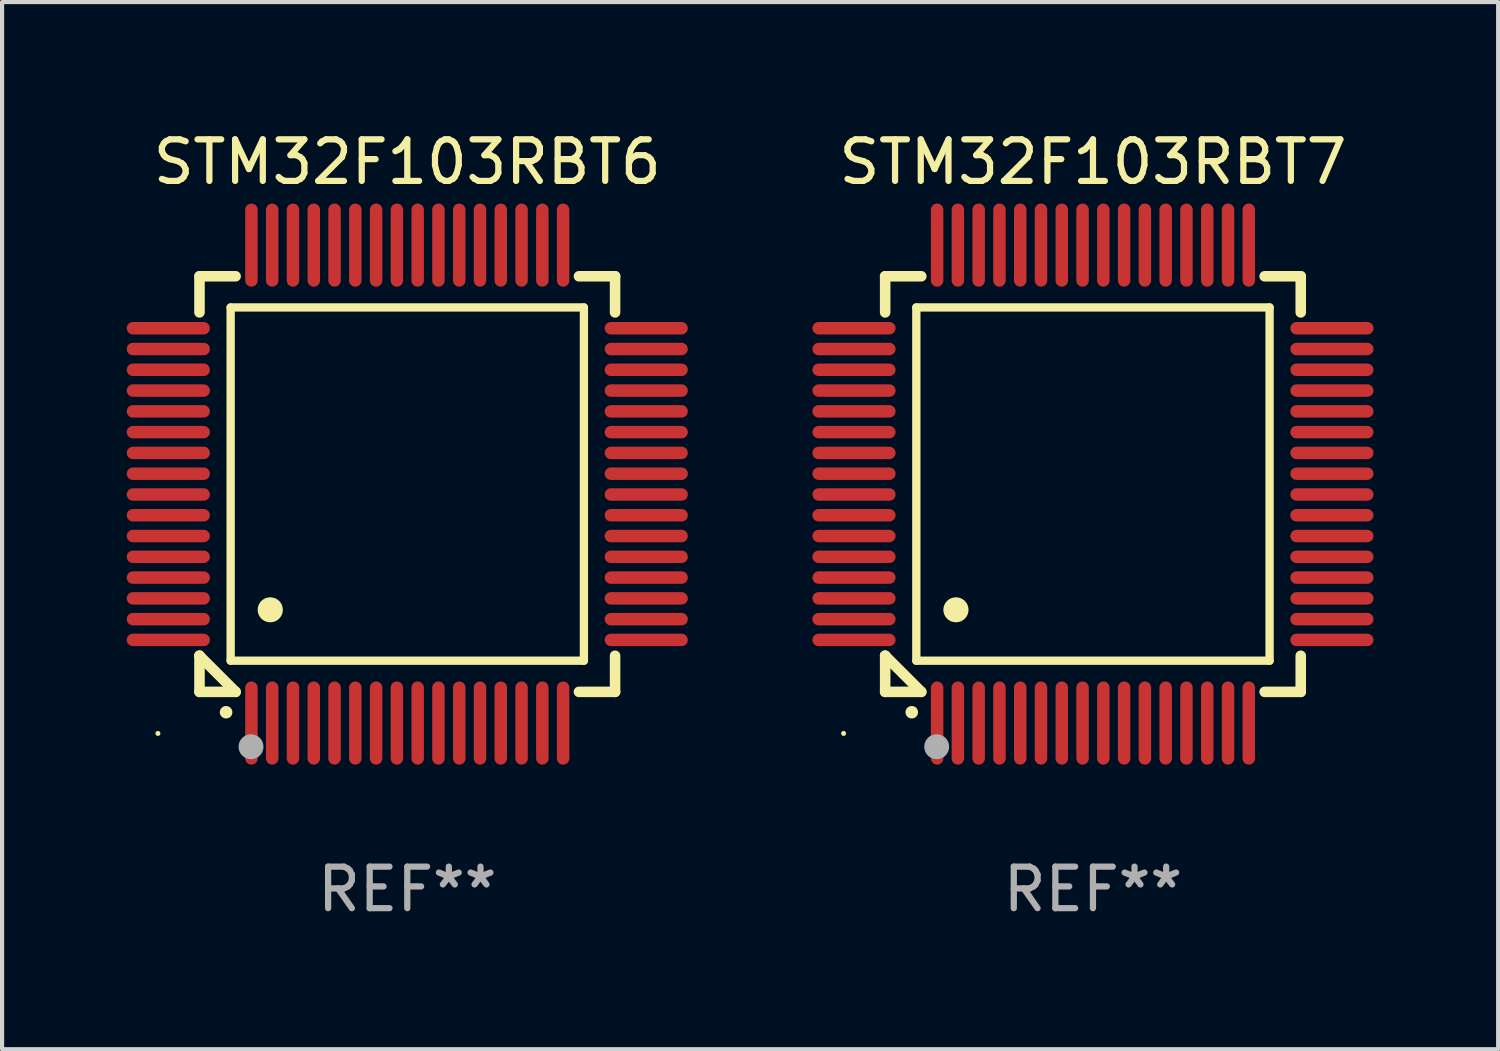
<source format=kicad_pcb>
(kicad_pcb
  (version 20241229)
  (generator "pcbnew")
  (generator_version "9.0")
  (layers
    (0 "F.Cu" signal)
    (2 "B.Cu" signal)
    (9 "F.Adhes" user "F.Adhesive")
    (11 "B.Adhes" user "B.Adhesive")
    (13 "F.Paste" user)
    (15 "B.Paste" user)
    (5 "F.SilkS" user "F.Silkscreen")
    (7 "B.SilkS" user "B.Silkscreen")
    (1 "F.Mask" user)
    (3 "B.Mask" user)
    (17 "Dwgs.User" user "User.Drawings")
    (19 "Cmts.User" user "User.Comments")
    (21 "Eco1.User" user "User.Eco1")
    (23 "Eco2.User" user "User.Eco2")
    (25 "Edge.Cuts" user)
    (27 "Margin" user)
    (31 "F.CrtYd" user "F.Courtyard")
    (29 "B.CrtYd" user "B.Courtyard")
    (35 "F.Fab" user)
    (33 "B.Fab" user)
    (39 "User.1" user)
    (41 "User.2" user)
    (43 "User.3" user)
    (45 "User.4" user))
  (footprint "STM32F103RBT6"
    (layer "F.Cu")
    (at 6.75 8.598)
    (property "Reference" "STM32F103RBT6" (at 0 -7.75 0) (layer "F.SilkS") (effects (font (size 1 1) (thickness 0.15))))
    (attr through_hole)
    (fp_line (start -5 -5) (end -4.131 -5) (stroke (width 0.254) (type solid)) (layer "F.SilkS"))
    (fp_line (start -5 -4.131) (end -5 -5) (stroke (width 0.254) (type solid)) (layer "F.SilkS"))
    (fp_line (start -5 4.131) (end -5 4.131) (stroke (width 0.254) (type solid)) (layer "F.SilkS"))
    (fp_line (start -5 5) (end -5 4.131) (stroke (width 0.254) (type solid)) (layer "F.SilkS"))
    (fp_line (start -5 4.131) (end -4.131 5) (stroke (width 0.254) (type solid)) (layer "F.SilkS"))
    (fp_line (start -4.25 -4.25) (end -4.25 4.25) (stroke (width 0.2) (type solid)) (layer "F.SilkS"))
    (fp_line (start -4.25 4.25) (end 4.25 4.25) (stroke (width 0.2) (type solid)) (layer "F.SilkS"))
    (fp_line (start -4.131 5) (end -5 5) (stroke (width 0.254) (type solid)) (layer "F.SilkS"))
    (fp_line (start 4.25 -4.25) (end -4.25 -4.25) (stroke (width 0.2) (type solid)) (layer "F.SilkS"))
    (fp_line (start 4.25 4.25) (end 4.25 -4.25) (stroke (width 0.2) (type solid)) (layer "F.SilkS"))
    (fp_line (start 5 -5) (end 4.131 -5) (stroke (width 0.254) (type solid)) (layer "F.SilkS"))
    (fp_line (start 5 -5) (end 5 -4.131) (stroke (width 0.254) (type solid)) (layer "F.SilkS"))
    (fp_line (start 5 4.131) (end 5 5) (stroke (width 0.254) (type solid)) (layer "F.SilkS"))
    (fp_line (start 5 5) (end 4.131 5) (stroke (width 0.254) (type solid)) (layer "F.SilkS"))
    (fp_arc (start -4.361265 5.489992) (mid -4.359995 5.489987) (end -4.358725 5.489992) (stroke (width 0.3) (type solid)) (layer "F.SilkS"))
    (fp_arc (start -3.299467 3.025146) (mid -3.296927 3.025135) (end -3.294387 3.025146) (stroke (width 0.6) (type solid)) (layer "F.SilkS"))
    (fp_circle (center -6 6) (end -5.97 6) (stroke (width 0.06) (type solid)) (fill no) (layer "F.SilkS"))
    (fp_circle (center -3.76 6.32) (end -3.61 6.32) (stroke (width 0.3) (type solid)) (fill no) (layer "F.Fab"))
    (fp_text user "REF**" (at 0 9.75 0) (layer "F.Fab") (effects (font (size 1 1) (thickness 0.15))))
    (pad "1" smd oval (at -3.75 5.75) (size 0.3 2) (layers "F.Cu" "F.Mask" "F.Paste"))
    (pad "2" smd oval (at -3.25 5.75) (size 0.3 2) (layers "F.Cu" "F.Mask" "F.Paste"))
    (pad "3" smd oval (at -2.75 5.75) (size 0.3 2) (layers "F.Cu" "F.Mask" "F.Paste"))
    (pad "4" smd oval (at -2.25 5.75) (size 0.3 2) (layers "F.Cu" "F.Mask" "F.Paste"))
    (pad "5" smd oval (at -1.75 5.75) (size 0.3 2) (layers "F.Cu" "F.Mask" "F.Paste"))
    (pad "6" smd oval (at -1.25 5.75) (size 0.3 2) (layers "F.Cu" "F.Mask" "F.Paste"))
    (pad "7" smd oval (at -0.75 5.75) (size 0.3 2) (layers "F.Cu" "F.Mask" "F.Paste"))
    (pad "8" smd oval (at -0.25 5.75) (size 0.3 2) (layers "F.Cu" "F.Mask" "F.Paste"))
    (pad "9" smd oval (at 0.25 5.75) (size 0.3 2) (layers "F.Cu" "F.Mask" "F.Paste"))
    (pad "10" smd oval (at 0.75 5.75) (size 0.3 2) (layers "F.Cu" "F.Mask" "F.Paste"))
    (pad "11" smd oval (at 1.25 5.75) (size 0.3 2) (layers "F.Cu" "F.Mask" "F.Paste"))
    (pad "12" smd oval (at 1.75 5.75) (size 0.3 2) (layers "F.Cu" "F.Mask" "F.Paste"))
    (pad "13" smd oval (at 2.25 5.75) (size 0.3 2) (layers "F.Cu" "F.Mask" "F.Paste"))
    (pad "14" smd oval (at 2.75 5.75) (size 0.3 2) (layers "F.Cu" "F.Mask" "F.Paste"))
    (pad "15" smd oval (at 3.25 5.75) (size 0.3 2) (layers "F.Cu" "F.Mask" "F.Paste"))
    (pad "16" smd oval (at 3.75 5.75) (size 0.3 2) (layers "F.Cu" "F.Mask" "F.Paste"))
    (pad "17" smd oval (at 5.75 3.75) (size 2 0.3) (layers "F.Cu" "F.Mask" "F.Paste"))
    (pad "18" smd oval (at 5.75 3.25) (size 2 0.3) (layers "F.Cu" "F.Mask" "F.Paste"))
    (pad "19" smd oval (at 5.75 2.75) (size 2 0.3) (layers "F.Cu" "F.Mask" "F.Paste"))
    (pad "20" smd oval (at 5.75 2.25) (size 2 0.3) (layers "F.Cu" "F.Mask" "F.Paste"))
    (pad "21" smd oval (at 5.75 1.75) (size 2 0.3) (layers "F.Cu" "F.Mask" "F.Paste"))
    (pad "22" smd oval (at 5.75 1.25) (size 2 0.3) (layers "F.Cu" "F.Mask" "F.Paste"))
    (pad "23" smd oval (at 5.75 0.75) (size 2 0.3) (layers "F.Cu" "F.Mask" "F.Paste"))
    (pad "24" smd oval (at 5.75 0.25) (size 2 0.3) (layers "F.Cu" "F.Mask" "F.Paste"))
    (pad "25" smd oval (at 5.75 -0.25) (size 2 0.3) (layers "F.Cu" "F.Mask" "F.Paste"))
    (pad "26" smd oval (at 5.75 -0.75) (size 2 0.3) (layers "F.Cu" "F.Mask" "F.Paste"))
    (pad "27" smd oval (at 5.75 -1.25) (size 2 0.3) (layers "F.Cu" "F.Mask" "F.Paste"))
    (pad "28" smd oval (at 5.75 -1.75) (size 2 0.3) (layers "F.Cu" "F.Mask" "F.Paste"))
    (pad "29" smd oval (at 5.75 -2.25) (size 2 0.3) (layers "F.Cu" "F.Mask" "F.Paste"))
    (pad "30" smd oval (at 5.75 -2.75) (size 2 0.3) (layers "F.Cu" "F.Mask" "F.Paste"))
    (pad "31" smd oval (at 5.75 -3.25) (size 2 0.3) (layers "F.Cu" "F.Mask" "F.Paste"))
    (pad "32" smd oval (at 5.75 -3.75) (size 2 0.3) (layers "F.Cu" "F.Mask" "F.Paste"))
    (pad "33" smd oval (at 3.75 -5.75) (size 0.3 2) (layers "F.Cu" "F.Mask" "F.Paste"))
    (pad "34" smd oval (at 3.25 -5.75) (size 0.3 2) (layers "F.Cu" "F.Mask" "F.Paste"))
    (pad "35" smd oval (at 2.75 -5.75) (size 0.3 2) (layers "F.Cu" "F.Mask" "F.Paste"))
    (pad "36" smd oval (at 2.25 -5.75) (size 0.3 2) (layers "F.Cu" "F.Mask" "F.Paste"))
    (pad "37" smd oval (at 1.75 -5.75) (size 0.3 2) (layers "F.Cu" "F.Mask" "F.Paste"))
    (pad "38" smd oval (at 1.25 -5.75) (size 0.3 2) (layers "F.Cu" "F.Mask" "F.Paste"))
    (pad "39" smd oval (at 0.75 -5.75) (size 0.3 2) (layers "F.Cu" "F.Mask" "F.Paste"))
    (pad "40" smd oval (at 0.25 -5.75) (size 0.3 2) (layers "F.Cu" "F.Mask" "F.Paste"))
    (pad "41" smd oval (at -0.25 -5.75) (size 0.3 2) (layers "F.Cu" "F.Mask" "F.Paste"))
    (pad "42" smd oval (at -0.75 -5.75) (size 0.3 2) (layers "F.Cu" "F.Mask" "F.Paste"))
    (pad "43" smd oval (at -1.25 -5.75) (size 0.3 2) (layers "F.Cu" "F.Mask" "F.Paste"))
    (pad "44" smd oval (at -1.75 -5.75) (size 0.3 2) (layers "F.Cu" "F.Mask" "F.Paste"))
    (pad "45" smd oval (at -2.25 -5.75) (size 0.3 2) (layers "F.Cu" "F.Mask" "F.Paste"))
    (pad "46" smd oval (at -2.75 -5.75) (size 0.3 2) (layers "F.Cu" "F.Mask" "F.Paste"))
    (pad "47" smd oval (at -3.25 -5.75) (size 0.3 2) (layers "F.Cu" "F.Mask" "F.Paste"))
    (pad "48" smd oval (at -3.75 -5.75) (size 0.3 2) (layers "F.Cu" "F.Mask" "F.Paste"))
    (pad "49" smd oval (at -5.75 -3.75) (size 2 0.3) (layers "F.Cu" "F.Mask" "F.Paste"))
    (pad "50" smd oval (at -5.75 -3.25) (size 2 0.3) (layers "F.Cu" "F.Mask" "F.Paste"))
    (pad "51" smd oval (at -5.75 -2.75) (size 2 0.3) (layers "F.Cu" "F.Mask" "F.Paste"))
    (pad "52" smd oval (at -5.75 -2.25) (size 2 0.3) (layers "F.Cu" "F.Mask" "F.Paste"))
    (pad "53" smd oval (at -5.75 -1.75) (size 2 0.3) (layers "F.Cu" "F.Mask" "F.Paste"))
    (pad "54" smd oval (at -5.75 -1.25) (size 2 0.3) (layers "F.Cu" "F.Mask" "F.Paste"))
    (pad "55" smd oval (at -5.75 -0.75) (size 2 0.3) (layers "F.Cu" "F.Mask" "F.Paste"))
    (pad "56" smd oval (at -5.75 -0.25) (size 2 0.3) (layers "F.Cu" "F.Mask" "F.Paste"))
    (pad "57" smd oval (at -5.75 0.25) (size 2 0.3) (layers "F.Cu" "F.Mask" "F.Paste"))
    (pad "58" smd oval (at -5.75 0.75) (size 2 0.3) (layers "F.Cu" "F.Mask" "F.Paste"))
    (pad "59" smd oval (at -5.75 1.25) (size 2 0.3) (layers "F.Cu" "F.Mask" "F.Paste"))
    (pad "60" smd oval (at -5.75 1.75) (size 2 0.3) (layers "F.Cu" "F.Mask" "F.Paste"))
    (pad "61" smd oval (at -5.75 2.25) (size 2 0.3) (layers "F.Cu" "F.Mask" "F.Paste"))
    (pad "62" smd oval (at -5.75 2.75) (size 2 0.3) (layers "F.Cu" "F.Mask" "F.Paste"))
    (pad "63" smd oval (at -5.75 3.25) (size 2 0.3) (layers "F.Cu" "F.Mask" "F.Paste"))
    (pad "64" smd oval (at -5.75 3.75) (size 2 0.3) (layers "F.Cu" "F.Mask" "F.Paste")))
  (footprint "STM32F103RBT7"
    (layer "F.Cu")
    (at 23.249 8.598)
    (property "Reference" "STM32F103RBT7" (at 0 -7.75 0) (layer "F.SilkS") (effects (font (size 1 1) (thickness 0.15))))
    (attr through_hole)
    (fp_line (start -5 -5) (end -4.131 -5) (stroke (width 0.254) (type solid)) (layer "F.SilkS"))
    (fp_line (start -5 -4.131) (end -5 -5) (stroke (width 0.254) (type solid)) (layer "F.SilkS"))
    (fp_line (start -5 4.131) (end -5 4.131) (stroke (width 0.254) (type solid)) (layer "F.SilkS"))
    (fp_line (start -5 5) (end -5 4.131) (stroke (width 0.254) (type solid)) (layer "F.SilkS"))
    (fp_line (start -5 4.131) (end -4.131 5) (stroke (width 0.254) (type solid)) (layer "F.SilkS"))
    (fp_line (start -4.25 -4.25) (end -4.25 4.25) (stroke (width 0.2) (type solid)) (layer "F.SilkS"))
    (fp_line (start -4.25 4.25) (end 4.25 4.25) (stroke (width 0.2) (type solid)) (layer "F.SilkS"))
    (fp_line (start -4.131 5) (end -5 5) (stroke (width 0.254) (type solid)) (layer "F.SilkS"))
    (fp_line (start 4.25 -4.25) (end -4.25 -4.25) (stroke (width 0.2) (type solid)) (layer "F.SilkS"))
    (fp_line (start 4.25 4.25) (end 4.25 -4.25) (stroke (width 0.2) (type solid)) (layer "F.SilkS"))
    (fp_line (start 5 -5) (end 4.131 -5) (stroke (width 0.254) (type solid)) (layer "F.SilkS"))
    (fp_line (start 5 -5) (end 5 -4.131) (stroke (width 0.254) (type solid)) (layer "F.SilkS"))
    (fp_line (start 5 4.131) (end 5 5) (stroke (width 0.254) (type solid)) (layer "F.SilkS"))
    (fp_line (start 5 5) (end 4.131 5) (stroke (width 0.254) (type solid)) (layer "F.SilkS"))
    (fp_arc (start -4.361265 5.489992) (mid -4.359995 5.489987) (end -4.358725 5.489992) (stroke (width 0.3) (type solid)) (layer "F.SilkS"))
    (fp_arc (start -3.299467 3.025146) (mid -3.296927 3.025135) (end -3.294387 3.025146) (stroke (width 0.6) (type solid)) (layer "F.SilkS"))
    (fp_circle (center -6 6) (end -5.97 6) (stroke (width 0.06) (type solid)) (fill no) (layer "F.SilkS"))
    (fp_circle (center -3.76 6.32) (end -3.61 6.32) (stroke (width 0.3) (type solid)) (fill no) (layer "F.Fab"))
    (fp_text user "REF**" (at 0 9.75 0) (layer "F.Fab") (effects (font (size 1 1) (thickness 0.15))))
    (pad "1" smd oval (at -3.75 5.75) (size 0.3 2) (layers "F.Cu" "F.Mask" "F.Paste"))
    (pad "2" smd oval (at -3.25 5.75) (size 0.3 2) (layers "F.Cu" "F.Mask" "F.Paste"))
    (pad "3" smd oval (at -2.75 5.75) (size 0.3 2) (layers "F.Cu" "F.Mask" "F.Paste"))
    (pad "4" smd oval (at -2.25 5.75) (size 0.3 2) (layers "F.Cu" "F.Mask" "F.Paste"))
    (pad "5" smd oval (at -1.75 5.75) (size 0.3 2) (layers "F.Cu" "F.Mask" "F.Paste"))
    (pad "6" smd oval (at -1.25 5.75) (size 0.3 2) (layers "F.Cu" "F.Mask" "F.Paste"))
    (pad "7" smd oval (at -0.75 5.75) (size 0.3 2) (layers "F.Cu" "F.Mask" "F.Paste"))
    (pad "8" smd oval (at -0.25 5.75) (size 0.3 2) (layers "F.Cu" "F.Mask" "F.Paste"))
    (pad "9" smd oval (at 0.25 5.75) (size 0.3 2) (layers "F.Cu" "F.Mask" "F.Paste"))
    (pad "10" smd oval (at 0.75 5.75) (size 0.3 2) (layers "F.Cu" "F.Mask" "F.Paste"))
    (pad "11" smd oval (at 1.25 5.75) (size 0.3 2) (layers "F.Cu" "F.Mask" "F.Paste"))
    (pad "12" smd oval (at 1.75 5.75) (size 0.3 2) (layers "F.Cu" "F.Mask" "F.Paste"))
    (pad "13" smd oval (at 2.25 5.75) (size 0.3 2) (layers "F.Cu" "F.Mask" "F.Paste"))
    (pad "14" smd oval (at 2.75 5.75) (size 0.3 2) (layers "F.Cu" "F.Mask" "F.Paste"))
    (pad "15" smd oval (at 3.25 5.75) (size 0.3 2) (layers "F.Cu" "F.Mask" "F.Paste"))
    (pad "16" smd oval (at 3.75 5.75) (size 0.3 2) (layers "F.Cu" "F.Mask" "F.Paste"))
    (pad "17" smd oval (at 5.75 3.75) (size 2 0.3) (layers "F.Cu" "F.Mask" "F.Paste"))
    (pad "18" smd oval (at 5.75 3.25) (size 2 0.3) (layers "F.Cu" "F.Mask" "F.Paste"))
    (pad "19" smd oval (at 5.75 2.75) (size 2 0.3) (layers "F.Cu" "F.Mask" "F.Paste"))
    (pad "20" smd oval (at 5.75 2.25) (size 2 0.3) (layers "F.Cu" "F.Mask" "F.Paste"))
    (pad "21" smd oval (at 5.75 1.75) (size 2 0.3) (layers "F.Cu" "F.Mask" "F.Paste"))
    (pad "22" smd oval (at 5.75 1.25) (size 2 0.3) (layers "F.Cu" "F.Mask" "F.Paste"))
    (pad "23" smd oval (at 5.75 0.75) (size 2 0.3) (layers "F.Cu" "F.Mask" "F.Paste"))
    (pad "24" smd oval (at 5.75 0.25) (size 2 0.3) (layers "F.Cu" "F.Mask" "F.Paste"))
    (pad "25" smd oval (at 5.75 -0.25) (size 2 0.3) (layers "F.Cu" "F.Mask" "F.Paste"))
    (pad "26" smd oval (at 5.75 -0.75) (size 2 0.3) (layers "F.Cu" "F.Mask" "F.Paste"))
    (pad "27" smd oval (at 5.75 -1.25) (size 2 0.3) (layers "F.Cu" "F.Mask" "F.Paste"))
    (pad "28" smd oval (at 5.75 -1.75) (size 2 0.3) (layers "F.Cu" "F.Mask" "F.Paste"))
    (pad "29" smd oval (at 5.75 -2.25) (size 2 0.3) (layers "F.Cu" "F.Mask" "F.Paste"))
    (pad "30" smd oval (at 5.75 -2.75) (size 2 0.3) (layers "F.Cu" "F.Mask" "F.Paste"))
    (pad "31" smd oval (at 5.75 -3.25) (size 2 0.3) (layers "F.Cu" "F.Mask" "F.Paste"))
    (pad "32" smd oval (at 5.75 -3.75) (size 2 0.3) (layers "F.Cu" "F.Mask" "F.Paste"))
    (pad "33" smd oval (at 3.75 -5.75) (size 0.3 2) (layers "F.Cu" "F.Mask" "F.Paste"))
    (pad "34" smd oval (at 3.25 -5.75) (size 0.3 2) (layers "F.Cu" "F.Mask" "F.Paste"))
    (pad "35" smd oval (at 2.75 -5.75) (size 0.3 2) (layers "F.Cu" "F.Mask" "F.Paste"))
    (pad "36" smd oval (at 2.25 -5.75) (size 0.3 2) (layers "F.Cu" "F.Mask" "F.Paste"))
    (pad "37" smd oval (at 1.75 -5.75) (size 0.3 2) (layers "F.Cu" "F.Mask" "F.Paste"))
    (pad "38" smd oval (at 1.25 -5.75) (size 0.3 2) (layers "F.Cu" "F.Mask" "F.Paste"))
    (pad "39" smd oval (at 0.75 -5.75) (size 0.3 2) (layers "F.Cu" "F.Mask" "F.Paste"))
    (pad "40" smd oval (at 0.25 -5.75) (size 0.3 2) (layers "F.Cu" "F.Mask" "F.Paste"))
    (pad "41" smd oval (at -0.25 -5.75) (size 0.3 2) (layers "F.Cu" "F.Mask" "F.Paste"))
    (pad "42" smd oval (at -0.75 -5.75) (size 0.3 2) (layers "F.Cu" "F.Mask" "F.Paste"))
    (pad "43" smd oval (at -1.25 -5.75) (size 0.3 2) (layers "F.Cu" "F.Mask" "F.Paste"))
    (pad "44" smd oval (at -1.75 -5.75) (size 0.3 2) (layers "F.Cu" "F.Mask" "F.Paste"))
    (pad "45" smd oval (at -2.25 -5.75) (size 0.3 2) (layers "F.Cu" "F.Mask" "F.Paste"))
    (pad "46" smd oval (at -2.75 -5.75) (size 0.3 2) (layers "F.Cu" "F.Mask" "F.Paste"))
    (pad "47" smd oval (at -3.25 -5.75) (size 0.3 2) (layers "F.Cu" "F.Mask" "F.Paste"))
    (pad "48" smd oval (at -3.75 -5.75) (size 0.3 2) (layers "F.Cu" "F.Mask" "F.Paste"))
    (pad "49" smd oval (at -5.75 -3.75) (size 2 0.3) (layers "F.Cu" "F.Mask" "F.Paste"))
    (pad "50" smd oval (at -5.75 -3.25) (size 2 0.3) (layers "F.Cu" "F.Mask" "F.Paste"))
    (pad "51" smd oval (at -5.75 -2.75) (size 2 0.3) (layers "F.Cu" "F.Mask" "F.Paste"))
    (pad "52" smd oval (at -5.75 -2.25) (size 2 0.3) (layers "F.Cu" "F.Mask" "F.Paste"))
    (pad "53" smd oval (at -5.75 -1.75) (size 2 0.3) (layers "F.Cu" "F.Mask" "F.Paste"))
    (pad "54" smd oval (at -5.75 -1.25) (size 2 0.3) (layers "F.Cu" "F.Mask" "F.Paste"))
    (pad "55" smd oval (at -5.75 -0.75) (size 2 0.3) (layers "F.Cu" "F.Mask" "F.Paste"))
    (pad "56" smd oval (at -5.75 -0.25) (size 2 0.3) (layers "F.Cu" "F.Mask" "F.Paste"))
    (pad "57" smd oval (at -5.75 0.25) (size 2 0.3) (layers "F.Cu" "F.Mask" "F.Paste"))
    (pad "58" smd oval (at -5.75 0.75) (size 2 0.3) (layers "F.Cu" "F.Mask" "F.Paste"))
    (pad "59" smd oval (at -5.75 1.25) (size 2 0.3) (layers "F.Cu" "F.Mask" "F.Paste"))
    (pad "60" smd oval (at -5.75 1.75) (size 2 0.3) (layers "F.Cu" "F.Mask" "F.Paste"))
    (pad "61" smd oval (at -5.75 2.25) (size 2 0.3) (layers "F.Cu" "F.Mask" "F.Paste"))
    (pad "62" smd oval (at -5.75 2.75) (size 2 0.3) (layers "F.Cu" "F.Mask" "F.Paste"))
    (pad "63" smd oval (at -5.75 3.25) (size 2 0.3) (layers "F.Cu" "F.Mask" "F.Paste"))
    (pad "64" smd oval (at -5.75 3.75) (size 2 0.3) (layers "F.Cu" "F.Mask" "F.Paste")))
  (gr_rect
    (start -3 -3)
    (end 32.999 22.196)
    (stroke (width 0.1) (type default))
    (fill no)
    (layer "Edge.Cuts")))
</source>
